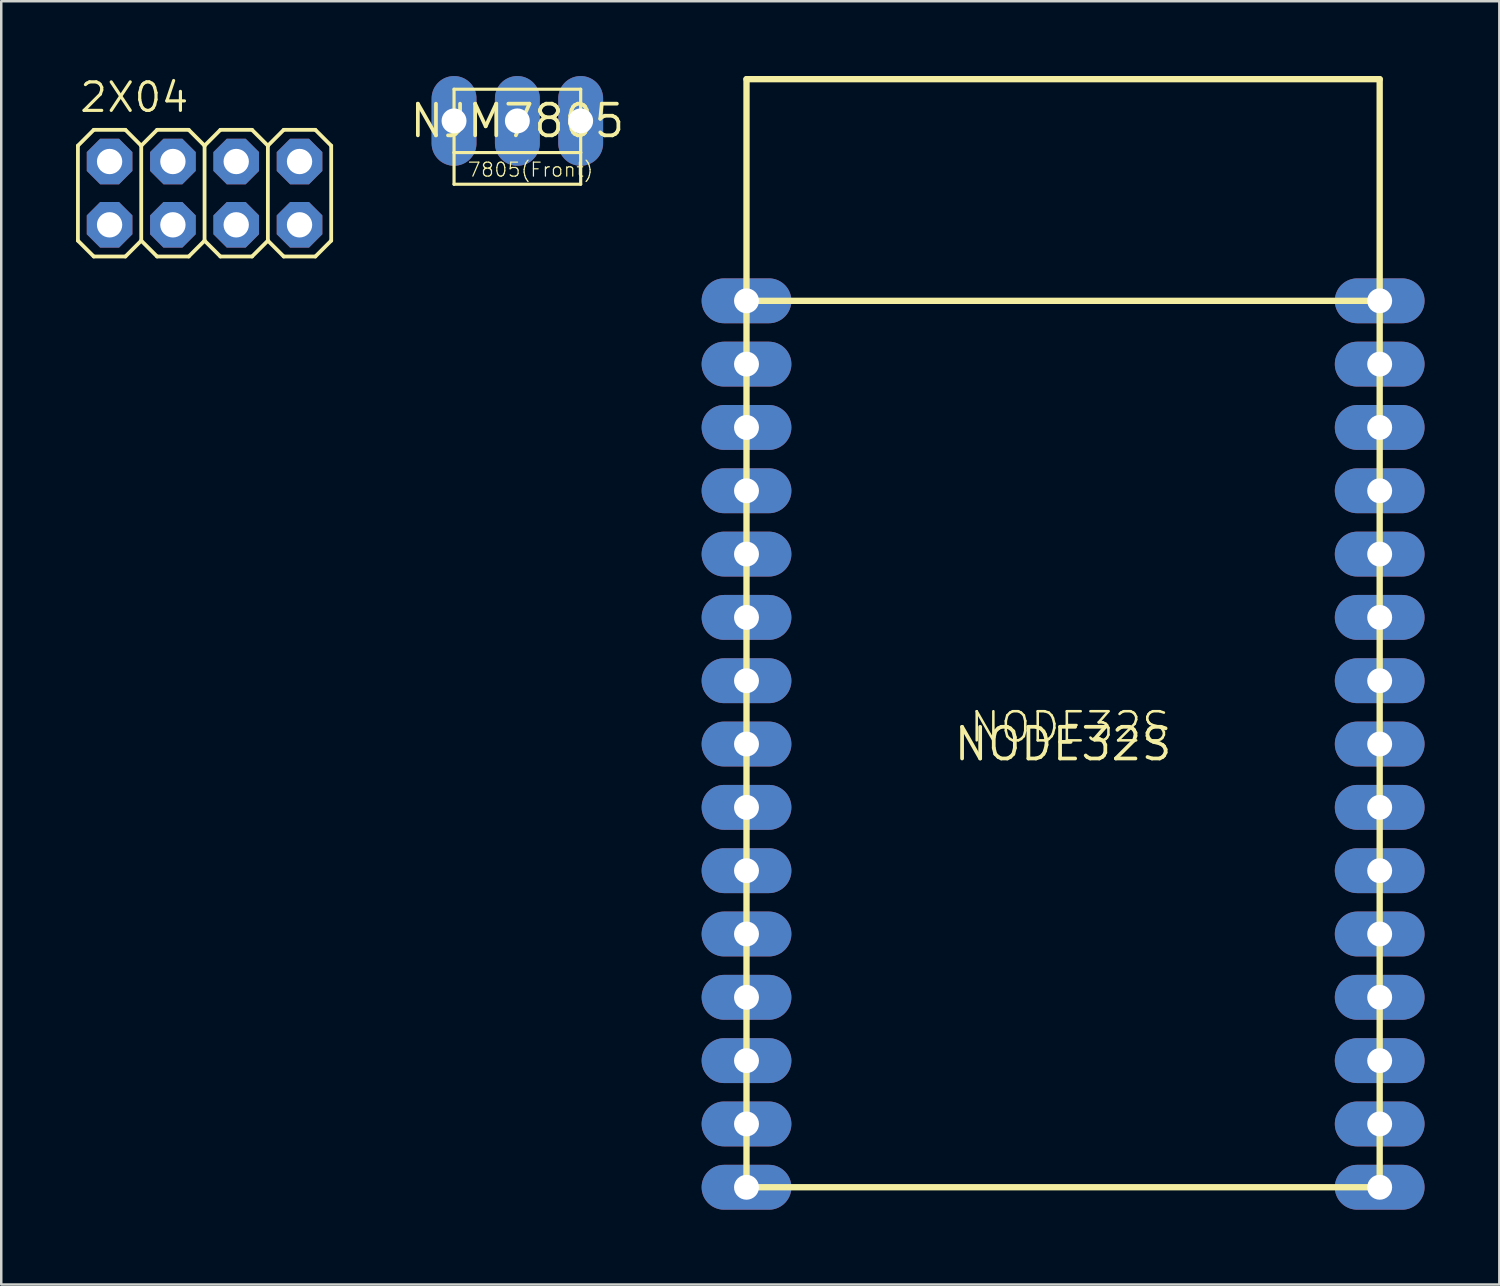
<source format=kicad_pcb>
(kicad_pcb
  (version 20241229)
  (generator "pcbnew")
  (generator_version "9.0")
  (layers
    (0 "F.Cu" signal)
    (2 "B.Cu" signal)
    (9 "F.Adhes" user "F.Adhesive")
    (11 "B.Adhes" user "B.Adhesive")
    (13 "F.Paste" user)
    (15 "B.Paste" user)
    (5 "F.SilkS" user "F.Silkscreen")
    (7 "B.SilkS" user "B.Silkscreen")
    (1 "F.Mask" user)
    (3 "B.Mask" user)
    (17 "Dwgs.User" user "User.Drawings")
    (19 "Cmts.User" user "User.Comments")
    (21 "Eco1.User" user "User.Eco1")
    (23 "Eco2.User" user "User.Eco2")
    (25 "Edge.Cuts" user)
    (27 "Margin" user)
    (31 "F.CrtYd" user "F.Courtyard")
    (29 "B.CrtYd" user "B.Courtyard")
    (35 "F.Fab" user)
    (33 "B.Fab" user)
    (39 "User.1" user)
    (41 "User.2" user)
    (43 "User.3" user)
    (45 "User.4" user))
  (footprint "NODE32S"
    (layer "F.Cu")
    (at 39.596 26.797)
    (property "Reference" "NODE32S" (at 0 0 0) (layer "F.SilkS") (effects (font (size 1.27 1.27) (thickness 0.15))))
    (fp_line (start -12.7 -26.67) (end 12.7 -26.67) (stroke (width 0.254) (type solid)) (layer "F.SilkS"))
    (fp_line (start -12.7 -17.78) (end -12.7 -26.67) (stroke (width 0.254) (type solid)) (layer "F.SilkS"))
    (fp_line (start -12.7 -17.78) (end 12.7 -17.78) (stroke (width 0.254) (type solid)) (layer "F.SilkS"))
    (fp_line (start -12.7 17.78) (end -12.7 -17.78) (stroke (width 0.254) (type solid)) (layer "F.SilkS"))
    (fp_line (start 12.7 -26.67) (end 12.7 -17.78) (stroke (width 0.254) (type solid)) (layer "F.SilkS"))
    (fp_line (start 12.7 -17.78) (end 12.7 17.78) (stroke (width 0.254) (type solid)) (layer "F.SilkS"))
    (fp_line (start 12.7 17.78) (end -12.7 17.78) (stroke (width 0.254) (type solid)) (layer "F.SilkS"))
    (fp_text user "NODE32S" (at -3.81 0 0) (layer "F.SilkS") (effects (font (size 1.168 1.168) (thickness 0.102)) (justify left bottom)))
    (pad "2" thru_hole oval (at -12.7 -10.16) (size 3.6 1.8) (drill 1) (layers "*.Cu" "*.Mask"))
    (pad "3V3" thru_hole oval (at -12.7 -17.78) (size 3.6 1.8) (drill 1) (layers "*.Cu" "*.Mask"))
    (pad "4" thru_hole oval (at -12.7 -7.62) (size 3.6 1.8) (drill 1) (layers "*.Cu" "*.Mask"))
    (pad "5" thru_hole oval (at -12.7 0) (size 3.6 1.8) (drill 1) (layers "*.Cu" "*.Mask"))
    (pad "12" thru_hole oval (at 12.7 -10.16) (size 3.6 1.8) (drill 1) (layers "*.Cu" "*.Mask"))
    (pad "13" thru_hole oval (at 12.7 -12.7) (size 3.6 1.8) (drill 1) (layers "*.Cu" "*.Mask"))
    (pad "14" thru_hole oval (at 12.7 -7.62) (size 3.6 1.8) (drill 1) (layers "*.Cu" "*.Mask"))
    (pad "15" thru_hole oval (at -12.7 -12.7) (size 3.6 1.8) (drill 1) (layers "*.Cu" "*.Mask"))
    (pad "18" thru_hole oval (at -12.7 2.54) (size 3.6 1.8) (drill 1) (layers "*.Cu" "*.Mask"))
    (pad "19" thru_hole oval (at -12.7 5.08) (size 3.6 1.8) (drill 1) (layers "*.Cu" "*.Mask"))
    (pad "21" thru_hole oval (at -12.7 7.62) (size 3.6 1.8) (drill 1) (layers "*.Cu" "*.Mask"))
    (pad "25" thru_hole oval (at 12.7 0) (size 3.6 1.8) (drill 1) (layers "*.Cu" "*.Mask"))
    (pad "26" thru_hole oval (at 12.7 -2.54) (size 3.6 1.8) (drill 1) (layers "*.Cu" "*.Mask"))
    (pad "27" thru_hole oval (at 12.7 -5.08) (size 3.6 1.8) (drill 1) (layers "*.Cu" "*.Mask"))
    (pad "32" thru_hole oval (at 12.7 5.08) (size 3.6 1.8) (drill 1) (layers "*.Cu" "*.Mask"))
    (pad "33" thru_hole oval (at 12.7 2.54) (size 3.6 1.8) (drill 1) (layers "*.Cu" "*.Mask"))
    (pad "34" thru_hole oval (at 12.7 10.16) (size 3.6 1.8) (drill 1) (layers "*.Cu" "*.Mask"))
    (pad "35" thru_hole oval (at 12.7 7.62) (size 3.6 1.8) (drill 1) (layers "*.Cu" "*.Mask"))
    (pad "D22" thru_hole oval (at -12.7 15.24) (size 3.6 1.8) (drill 1) (layers "*.Cu" "*.Mask"))
    (pad "D23" thru_hole oval (at -12.7 17.78) (size 3.6 1.8) (drill 1) (layers "*.Cu" "*.Mask"))
    (pad "EN" thru_hole oval (at 12.7 17.78) (size 3.6 1.8) (drill 1) (layers "*.Cu" "*.Mask"))
    (pad "GND" thru_hole oval (at -12.7 -15.24) (size 3.6 1.8) (drill 1) (layers "*.Cu" "*.Mask"))
    (pad "GND1" thru_hole oval (at 12.7 -15.24) (size 3.6 1.8) (drill 1) (layers "*.Cu" "*.Mask"))
    (pad "RX0" thru_hole oval (at -12.7 10.16) (size 3.6 1.8) (drill 1) (layers "*.Cu" "*.Mask"))
    (pad "RX2" thru_hole oval (at -12.7 -5.08) (size 3.6 1.8) (drill 1) (layers "*.Cu" "*.Mask"))
    (pad "TX0" thru_hole oval (at -12.7 12.7) (size 3.6 1.8) (drill 1) (layers "*.Cu" "*.Mask"))
    (pad "TX2" thru_hole oval (at -12.7 -2.54) (size 3.6 1.8) (drill 1) (layers "*.Cu" "*.Mask"))
    (pad "VIN" thru_hole oval (at 12.7 -17.78) (size 3.6 1.8) (drill 1) (layers "*.Cu" "*.Mask"))
    (pad "VN" thru_hole oval (at 12.7 12.7) (size 3.6 1.8) (drill 1) (layers "*.Cu" "*.Mask"))
    (pad "VR" thru_hole oval (at 12.7 15.24) (size 3.6 1.8) (drill 1) (layers "*.Cu" "*.Mask")))
  (footprint "2X04"
    (layer "F.Cu")
    (at 5.156 4.699)
    (property "Reference" "2X04" (at -5.08 -3.175 0) (layer "F.SilkS") (effects (font (size 1.143 1.143) (thickness 0.127)) (justify left bottom)))
    (fp_line (start -5.08 -1.905) (end -4.445 -2.54) (stroke (width 0.152) (type solid)) (layer "F.SilkS"))
    (fp_line (start -5.08 1.905) (end -5.08 -1.905) (stroke (width 0.152) (type solid)) (layer "F.SilkS"))
    (fp_line (start -5.08 1.905) (end -4.445 2.54) (stroke (width 0.152) (type solid)) (layer "F.SilkS"))
    (fp_line (start -4.445 -2.54) (end -3.175 -2.54) (stroke (width 0.152) (type solid)) (layer "F.SilkS"))
    (fp_line (start -4.445 2.54) (end -3.175 2.54) (stroke (width 0.152) (type solid)) (layer "F.SilkS"))
    (fp_line (start -3.175 -2.54) (end -2.54 -1.905) (stroke (width 0.152) (type solid)) (layer "F.SilkS"))
    (fp_line (start -3.175 2.54) (end -2.54 1.905) (stroke (width 0.152) (type solid)) (layer "F.SilkS"))
    (fp_line (start -2.54 -1.905) (end -2.54 1.905) (stroke (width 0.152) (type solid)) (layer "F.SilkS"))
    (fp_line (start -2.54 -1.905) (end -1.905 -2.54) (stroke (width 0.152) (type solid)) (layer "F.SilkS"))
    (fp_line (start -2.54 1.905) (end -1.905 2.54) (stroke (width 0.152) (type solid)) (layer "F.SilkS"))
    (fp_line (start -1.905 -2.54) (end -0.635 -2.54) (stroke (width 0.152) (type solid)) (layer "F.SilkS"))
    (fp_line (start -1.905 2.54) (end -0.635 2.54) (stroke (width 0.152) (type solid)) (layer "F.SilkS"))
    (fp_line (start -0.635 -2.54) (end 0 -1.905) (stroke (width 0.152) (type solid)) (layer "F.SilkS"))
    (fp_line (start -0.635 2.54) (end 0 1.905) (stroke (width 0.152) (type solid)) (layer "F.SilkS"))
    (fp_line (start 0 -1.905) (end 0 1.905) (stroke (width 0.152) (type solid)) (layer "F.SilkS"))
    (fp_line (start 0 -1.905) (end 0.635 -2.54) (stroke (width 0.152) (type solid)) (layer "F.SilkS"))
    (fp_line (start 0 1.905) (end 0.635 2.54) (stroke (width 0.152) (type solid)) (layer "F.SilkS"))
    (fp_line (start 0.635 -2.54) (end 1.905 -2.54) (stroke (width 0.152) (type solid)) (layer "F.SilkS"))
    (fp_line (start 0.635 2.54) (end 1.905 2.54) (stroke (width 0.152) (type solid)) (layer "F.SilkS"))
    (fp_line (start 1.905 -2.54) (end 2.54 -1.905) (stroke (width 0.152) (type solid)) (layer "F.SilkS"))
    (fp_line (start 1.905 2.54) (end 2.54 1.905) (stroke (width 0.152) (type solid)) (layer "F.SilkS"))
    (fp_line (start 2.54 -1.905) (end 2.54 1.905) (stroke (width 0.152) (type solid)) (layer "F.SilkS"))
    (fp_line (start 2.54 -1.905) (end 3.175 -2.54) (stroke (width 0.152) (type solid)) (layer "F.SilkS"))
    (fp_line (start 2.54 1.905) (end 3.175 2.54) (stroke (width 0.152) (type solid)) (layer "F.SilkS"))
    (fp_line (start 3.175 -2.54) (end 4.445 -2.54) (stroke (width 0.152) (type solid)) (layer "F.SilkS"))
    (fp_line (start 3.175 2.54) (end 4.445 2.54) (stroke (width 0.152) (type solid)) (layer "F.SilkS"))
    (fp_line (start 4.445 -2.54) (end 5.08 -1.905) (stroke (width 0.152) (type solid)) (layer "F.SilkS"))
    (fp_line (start 4.445 2.54) (end 5.08 1.905) (stroke (width 0.152) (type solid)) (layer "F.SilkS"))
    (fp_line (start 5.08 -1.905) (end 5.08 1.905) (stroke (width 0.152) (type solid)) (layer "F.SilkS"))
    (fp_poly (pts (xy -4.064 -1.016) (xy -3.556 -1.016) (xy -3.556 -1.524) (xy -4.064 -1.524)) (stroke (width 0.1) (type default)) (fill no) (layer "F.Fab"))
    (fp_poly (pts (xy -4.064 1.524) (xy -3.556 1.524) (xy -3.556 1.016) (xy -4.064 1.016)) (stroke (width 0.1) (type default)) (fill no) (layer "F.Fab"))
    (fp_poly (pts (xy -1.524 -1.016) (xy -1.016 -1.016) (xy -1.016 -1.524) (xy -1.524 -1.524)) (stroke (width 0.1) (type default)) (fill no) (layer "F.Fab"))
    (fp_poly (pts (xy -1.524 1.524) (xy -1.016 1.524) (xy -1.016 1.016) (xy -1.524 1.016)) (stroke (width 0.1) (type default)) (fill no) (layer "F.Fab"))
    (fp_poly (pts (xy 1.016 -1.016) (xy 1.524 -1.016) (xy 1.524 -1.524) (xy 1.016 -1.524)) (stroke (width 0.1) (type default)) (fill no) (layer "F.Fab"))
    (fp_poly (pts (xy 1.016 1.524) (xy 1.524 1.524) (xy 1.524 1.016) (xy 1.016 1.016)) (stroke (width 0.1) (type default)) (fill no) (layer "F.Fab"))
    (fp_poly (pts (xy 3.556 -1.016) (xy 4.064 -1.016) (xy 4.064 -1.524) (xy 3.556 -1.524)) (stroke (width 0.1) (type default)) (fill no) (layer "F.Fab"))
    (fp_poly (pts (xy 3.556 1.524) (xy 4.064 1.524) (xy 4.064 1.016) (xy 3.556 1.016)) (stroke (width 0.1) (type default)) (fill no) (layer "F.Fab"))
    (pad "1" thru_hole roundrect (at -3.81 1.27) (size 1.829 1.829) (drill 1.016) (layers "*.Cu" "*.Mask") (roundrect_rratio 0.25) (chamfer_ratio 0.293) (chamfer top_left top_right bottom_left bottom_right))
    (pad "2" thru_hole roundrect (at -3.81 -1.27) (size 1.829 1.829) (drill 1.016) (layers "*.Cu" "*.Mask") (roundrect_rratio 0.25) (chamfer_ratio 0.293) (chamfer top_left top_right bottom_left bottom_right))
    (pad "3" thru_hole roundrect (at -1.27 1.27) (size 1.829 1.829) (drill 1.016) (layers "*.Cu" "*.Mask") (roundrect_rratio 0.25) (chamfer_ratio 0.293) (chamfer top_left top_right bottom_left bottom_right))
    (pad "4" thru_hole roundrect (at -1.27 -1.27) (size 1.829 1.829) (drill 1.016) (layers "*.Cu" "*.Mask") (roundrect_rratio 0.25) (chamfer_ratio 0.293) (chamfer top_left top_right bottom_left bottom_right))
    (pad "5" thru_hole roundrect (at 1.27 1.27) (size 1.829 1.829) (drill 1.016) (layers "*.Cu" "*.Mask") (roundrect_rratio 0.25) (chamfer_ratio 0.293) (chamfer top_left top_right bottom_left bottom_right))
    (pad "6" thru_hole roundrect (at 1.27 -1.27) (size 1.829 1.829) (drill 1.016) (layers "*.Cu" "*.Mask") (roundrect_rratio 0.25) (chamfer_ratio 0.293) (chamfer top_left top_right bottom_left bottom_right))
    (pad "7" thru_hole roundrect (at 3.81 1.27) (size 1.829 1.829) (drill 1.016) (layers "*.Cu" "*.Mask") (roundrect_rratio 0.25) (chamfer_ratio 0.293) (chamfer top_left top_right bottom_left bottom_right))
    (pad "8" thru_hole roundrect (at 3.81 -1.27) (size 1.829 1.829) (drill 1.016) (layers "*.Cu" "*.Mask") (roundrect_rratio 0.25) (chamfer_ratio 0.293) (chamfer top_left top_right bottom_left bottom_right)))
  (footprint "NJM7805"
    (layer "F.Cu")
    (at 17.704 1.8)
    (property "Reference" "NJM7805" (at 0 0 0) (layer "F.SilkS") (effects (font (size 1.27 1.27) (thickness 0.15))))
    (fp_line (start -2.54 -1.27) (end -2.54 1.27) (stroke (width 0.127) (type solid)) (layer "F.SilkS"))
    (fp_line (start -2.54 1.27) (end -2.54 2.54) (stroke (width 0.127) (type solid)) (layer "F.SilkS"))
    (fp_line (start -2.54 1.27) (end 2.54 1.27) (stroke (width 0.127) (type solid)) (layer "F.SilkS"))
    (fp_line (start -2.54 2.54) (end 2.54 2.54) (stroke (width 0.127) (type solid)) (layer "F.SilkS"))
    (fp_line (start 2.54 -1.27) (end -2.54 -1.27) (stroke (width 0.127) (type solid)) (layer "F.SilkS"))
    (fp_line (start 2.54 1.27) (end 2.54 -1.27) (stroke (width 0.127) (type solid)) (layer "F.SilkS"))
    (fp_line (start 2.54 2.54) (end 2.54 1.27) (stroke (width 0.127) (type solid)) (layer "F.SilkS"))
    (fp_text user "7805(Front)" (at -2.032 2.286 0) (layer "F.SilkS") (effects (font (size 0.561 0.561) (thickness 0.049)) (justify left bottom)))
    (pad "GND" thru_hole oval (at 0 0 90) (size 3.6 1.8) (drill 1) (layers "*.Cu" "*.Mask"))
    (pad "IN" thru_hole oval (at -2.54 0 90) (size 3.6 1.8) (drill 1) (layers "*.Cu" "*.Mask"))
    (pad "OUT" thru_hole oval (at 2.54 0 90) (size 3.6 1.8) (drill 1) (layers "*.Cu" "*.Mask")))
  (gr_rect
    (start -3 -3)
    (end 57.096 48.477)
    (stroke (width 0.1) (type default))
    (fill no)
    (layer "Edge.Cuts")))
</source>
